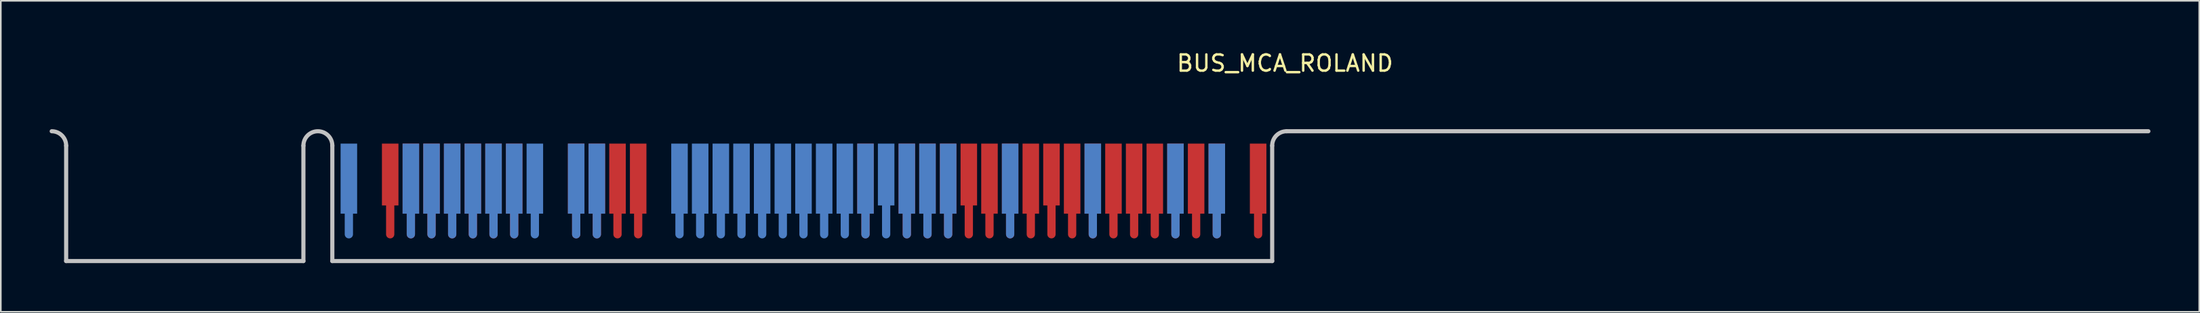
<source format=kicad_pcb>
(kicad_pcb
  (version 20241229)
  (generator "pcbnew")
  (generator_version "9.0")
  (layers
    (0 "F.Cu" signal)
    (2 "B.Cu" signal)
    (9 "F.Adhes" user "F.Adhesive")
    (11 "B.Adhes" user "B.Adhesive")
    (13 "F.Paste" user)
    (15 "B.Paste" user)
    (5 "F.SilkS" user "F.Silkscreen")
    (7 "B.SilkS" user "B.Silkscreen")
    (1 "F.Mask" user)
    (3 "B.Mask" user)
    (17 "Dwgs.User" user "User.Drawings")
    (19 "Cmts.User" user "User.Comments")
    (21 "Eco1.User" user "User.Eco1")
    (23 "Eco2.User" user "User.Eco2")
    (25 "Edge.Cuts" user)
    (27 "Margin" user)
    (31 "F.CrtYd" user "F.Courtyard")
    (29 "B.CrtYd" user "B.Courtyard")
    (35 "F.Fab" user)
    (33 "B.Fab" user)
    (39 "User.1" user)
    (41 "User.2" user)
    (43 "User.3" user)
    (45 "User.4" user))
  (footprint "BUS_MCA_ROLAND"
    (layer "F.Cu")
    (at 74.27 7.96)
    (property "Reference" "BUS_MCA_ROLAND" (at 1.651 -7.112 0) (layer "F.SilkS") (effects (font (size 1 1) (thickness 0.15))))
    (attr through_hole)
    (fp_line (start -53.34 0) (end -53.34 3.429) (stroke (width 0.508) (type solid)) (layer "F.Cu"))
    (fp_line (start -52.07 0) (end -52.07 3.429) (stroke (width 0.508) (type solid)) (layer "F.Cu"))
    (fp_line (start -50.8 0) (end -50.8 3.429) (stroke (width 0.508) (type solid)) (layer "F.Cu"))
    (fp_line (start -49.53 0) (end -49.53 3.429) (stroke (width 0.508) (type solid)) (layer "F.Cu"))
    (fp_line (start -48.26 0) (end -48.26 3.429) (stroke (width 0.508) (type solid)) (layer "F.Cu"))
    (fp_line (start -46.99 0) (end -46.99 3.429) (stroke (width 0.508) (type solid)) (layer "F.Cu"))
    (fp_line (start -45.72 0) (end -45.72 3.429) (stroke (width 0.508) (type solid)) (layer "F.Cu"))
    (fp_line (start -41.91 0) (end -41.91 3.429) (stroke (width 0.508) (type solid)) (layer "F.Cu"))
    (fp_line (start -40.64 0) (end -40.64 3.429) (stroke (width 0.508) (type solid)) (layer "F.Cu"))
    (fp_line (start -39.37 0) (end -39.37 3.429) (stroke (width 0.508) (type solid)) (layer "F.Cu"))
    (fp_line (start -38.1 0) (end -38.1 3.429) (stroke (width 0.508) (type solid)) (layer "F.Cu"))
    (fp_line (start -24.13 0) (end -24.13 3.429) (stroke (width 0.508) (type solid)) (layer "F.Cu"))
    (fp_line (start -21.59 0) (end -21.59 3.429) (stroke (width 0.508) (type solid)) (layer "F.Cu"))
    (fp_line (start -20.32 0) (end -20.32 3.429) (stroke (width 0.508) (type solid)) (layer "F.Cu"))
    (fp_line (start -19.05 0) (end -19.05 3.429) (stroke (width 0.508) (type solid)) (layer "F.Cu"))
    (fp_line (start -17.78 0) (end -17.78 3.429) (stroke (width 0.508) (type solid)) (layer "F.Cu"))
    (fp_line (start -16.51 0) (end -16.51 3.429) (stroke (width 0.508) (type solid)) (layer "F.Cu"))
    (fp_line (start -15.24 0) (end -15.24 3.429) (stroke (width 0.508) (type solid)) (layer "F.Cu"))
    (fp_line (start -13.97 0) (end -13.97 3.429) (stroke (width 0.508) (type solid)) (layer "F.Cu"))
    (fp_line (start -12.7 0) (end -12.7 3.429) (stroke (width 0.508) (type solid)) (layer "F.Cu"))
    (fp_line (start -11.43 0) (end -11.43 3.429) (stroke (width 0.508) (type solid)) (layer "F.Cu"))
    (fp_line (start -10.16 0) (end -10.16 3.429) (stroke (width 0.508) (type solid)) (layer "F.Cu"))
    (fp_line (start -8.89 0) (end -8.89 3.429) (stroke (width 0.508) (type solid)) (layer "F.Cu"))
    (fp_line (start -7.62 0) (end -7.62 3.429) (stroke (width 0.508) (type solid)) (layer "F.Cu"))
    (fp_line (start -6.35 0) (end -6.35 3.429) (stroke (width 0.508) (type solid)) (layer "F.Cu"))
    (fp_line (start -5.08 0) (end -5.08 3.429) (stroke (width 0.508) (type solid)) (layer "F.Cu"))
    (fp_line (start -3.81 0) (end -3.81 3.429) (stroke (width 0.508) (type solid)) (layer "F.Cu"))
    (fp_line (start -2.54 0) (end -2.54 3.429) (stroke (width 0.508) (type solid)) (layer "F.Cu"))
    (fp_line (start 0 0) (end 0 3.429) (stroke (width 0.508) (type solid)) (layer "F.Cu"))
    (fp_line (start -55.88 0) (end -55.88 3.429) (stroke (width 0.508) (type solid)) (layer "B.Cu"))
    (fp_line (start -52.07 0) (end -52.07 3.429) (stroke (width 0.508) (type solid)) (layer "B.Cu"))
    (fp_line (start -50.8 0) (end -50.8 3.429) (stroke (width 0.508) (type solid)) (layer "B.Cu"))
    (fp_line (start -49.53 0) (end -49.53 3.429) (stroke (width 0.508) (type solid)) (layer "B.Cu"))
    (fp_line (start -48.26 0) (end -48.26 3.429) (stroke (width 0.508) (type solid)) (layer "B.Cu"))
    (fp_line (start -46.99 0) (end -46.99 3.429) (stroke (width 0.508) (type solid)) (layer "B.Cu"))
    (fp_line (start -45.72 0) (end -45.72 3.429) (stroke (width 0.508) (type solid)) (layer "B.Cu"))
    (fp_line (start -44.45 0) (end -44.45 3.429) (stroke (width 0.508) (type solid)) (layer "B.Cu"))
    (fp_line (start -41.91 0) (end -41.91 3.429) (stroke (width 0.508) (type solid)) (layer "B.Cu"))
    (fp_line (start -40.64 0) (end -40.64 3.429) (stroke (width 0.508) (type solid)) (layer "B.Cu"))
    (fp_line (start -35.56 0) (end -35.56 3.429) (stroke (width 0.508) (type solid)) (layer "B.Cu"))
    (fp_line (start -34.29 0) (end -34.29 3.429) (stroke (width 0.508) (type solid)) (layer "B.Cu"))
    (fp_line (start -33.02 0) (end -33.02 3.429) (stroke (width 0.508) (type solid)) (layer "B.Cu"))
    (fp_line (start -31.75 0) (end -31.75 3.429) (stroke (width 0.508) (type solid)) (layer "B.Cu"))
    (fp_line (start -30.48 0) (end -30.48 3.429) (stroke (width 0.508) (type solid)) (layer "B.Cu"))
    (fp_line (start -29.21 0) (end -29.21 3.429) (stroke (width 0.508) (type solid)) (layer "B.Cu"))
    (fp_line (start -27.94 0) (end -27.94 3.429) (stroke (width 0.508) (type solid)) (layer "B.Cu"))
    (fp_line (start -26.67 0) (end -26.67 3.429) (stroke (width 0.508) (type solid)) (layer "B.Cu"))
    (fp_line (start -25.4 0) (end -25.4 3.429) (stroke (width 0.508) (type solid)) (layer "B.Cu"))
    (fp_line (start -24.13 0) (end -24.13 3.429) (stroke (width 0.508) (type solid)) (layer "B.Cu"))
    (fp_line (start -22.86 0) (end -22.86 3.429) (stroke (width 0.508) (type solid)) (layer "B.Cu"))
    (fp_line (start -21.59 0) (end -21.59 3.429) (stroke (width 0.508) (type solid)) (layer "B.Cu"))
    (fp_line (start -20.32 0) (end -20.32 3.429) (stroke (width 0.508) (type solid)) (layer "B.Cu"))
    (fp_line (start -19.05 0) (end -19.05 3.429) (stroke (width 0.508) (type solid)) (layer "B.Cu"))
    (fp_line (start -15.24 0) (end -15.24 3.429) (stroke (width 0.508) (type solid)) (layer "B.Cu"))
    (fp_line (start -10.16 0) (end -10.16 3.429) (stroke (width 0.508) (type solid)) (layer "B.Cu"))
    (fp_line (start -5.08 0) (end -5.08 3.429) (stroke (width 0.508) (type solid)) (layer "B.Cu"))
    (fp_line (start -2.54 0) (end -2.54 3.429) (stroke (width 0.508) (type solid)) (layer "B.Cu"))
    (fp_line (start -73.254 -2.032) (end -73.254 5.08) (stroke (width 0.254) (type solid)) (layer "Dwgs.User"))
    (fp_line (start -58.674 -2.032) (end -58.674 5.08) (stroke (width 0.254) (type solid)) (layer "Dwgs.User"))
    (fp_line (start -58.674 5.08) (end -73.254 5.08) (stroke (width 0.254) (type solid)) (layer "Dwgs.User"))
    (fp_line (start -56.896 -2.032) (end -56.896 5.08) (stroke (width 0.254) (type solid)) (layer "Dwgs.User"))
    (fp_line (start 0.864 -2.032) (end 0.864 5.08) (stroke (width 0.254) (type solid)) (layer "Dwgs.User"))
    (fp_line (start 0.864 5.08) (end -56.896 5.08) (stroke (width 0.254) (type solid)) (layer "Dwgs.User"))
    (fp_line (start 1.753 -2.921) (end 54.712 -2.921) (stroke (width 0.254) (type solid)) (layer "Dwgs.User"))
    (fp_arc (start -74.1426 -2.921) (mid -73.513982 -2.660618) (end -73.2536 -2.032) (stroke (width 0.254) (type solid)) (layer "Dwgs.User"))
    (fp_arc (start -58.674 -2.032) (mid -57.785 -2.921) (end -56.896 -2.032) (stroke (width 0.254) (type solid)) (layer "Dwgs.User"))
    (fp_arc (start 0.8636 -2.032) (mid 1.123434 -2.660069) (end 1.751048 -2.920999) (stroke (width 0.254) (type solid)) (layer "Dwgs.User"))
    (pad "A1" smd rect (at 0 0) (size 1.016 4.318) (layers "F.Cu" "F.Mask" "F.Paste"))
    (pad "A3" smd rect (at -2.54 0) (size 1.016 4.318) (layers "F.Cu" "F.Mask" "F.Paste"))
    (pad "A4" smd rect (at -3.81 0) (size 1.016 4.318) (layers "F.Cu" "F.Mask" "F.Paste"))
    (pad "A5" smd rect (at -5.08 0) (size 1.016 4.318) (layers "F.Cu" "F.Mask" "F.Paste"))
    (pad "A6" smd rect (at -6.35 0) (size 1.016 4.318) (layers "F.Cu" "F.Mask" "F.Paste"))
    (pad "A7" smd rect (at -7.62 0) (size 1.016 4.318) (layers "F.Cu" "F.Mask" "F.Paste"))
    (pad "A8" smd rect (at -8.89 0) (size 1.016 4.318) (layers "F.Cu" "F.Mask" "F.Paste"))
    (pad "A9" smd rect (at -10.16 0) (size 1.016 4.318) (layers "F.Cu" "F.Mask" "F.Paste"))
    (pad "A10" smd rect (at -11.43 0) (size 1.016 4.318) (layers "F.Cu" "F.Mask" "F.Paste"))
    (pad "A11" smd rect (at -12.7 -0.254) (size 1.016 3.81) (layers "F.Cu" "F.Mask" "F.Paste"))
    (pad "A12" smd rect (at -13.97 0) (size 1.016 4.318) (layers "F.Cu" "F.Mask" "F.Paste"))
    (pad "A13" smd rect (at -15.24 0) (size 1.016 4.318) (layers "F.Cu" "F.Mask" "F.Paste"))
    (pad "A14" smd rect (at -16.51 0) (size 1.016 4.318) (layers "F.Cu" "F.Mask" "F.Paste"))
    (pad "A15" smd rect (at -17.78 -0.254) (size 1.016 3.81) (layers "F.Cu" "F.Mask" "F.Paste"))
    (pad "A16" smd rect (at -19.05 0) (size 1.016 4.318) (layers "F.Cu" "F.Mask" "F.Paste"))
    (pad "A17" smd rect (at -20.32 0) (size 1.016 4.318) (layers "F.Cu" "F.Mask" "F.Paste"))
    (pad "A18" smd rect (at -21.59 0) (size 1.016 4.318) (layers "F.Cu" "F.Mask" "F.Paste"))
    (pad "A20" smd rect (at -24.13 0) (size 1.016 4.318) (layers "F.Cu" "F.Mask" "F.Paste"))
    (pad "A31" smd rect (at -38.1 0) (size 1.016 4.318) (layers "F.Cu" "F.Mask" "F.Paste"))
    (pad "A32" smd rect (at -39.37 0) (size 1.016 4.318) (layers "F.Cu" "F.Mask" "F.Paste"))
    (pad "A33" smd rect (at -40.64 0) (size 1.016 4.318) (layers "F.Cu" "F.Mask" "F.Paste"))
    (pad "A34" smd rect (at -41.91 0) (size 1.016 4.318) (layers "F.Cu" "F.Mask" "F.Paste"))
    (pad "A37" smd rect (at -45.72 0) (size 1.016 4.318) (layers "F.Cu" "F.Mask" "F.Paste"))
    (pad "A38" smd rect (at -46.99 0) (size 1.016 4.318) (layers "F.Cu" "F.Mask" "F.Paste"))
    (pad "A39" smd rect (at -48.26 0) (size 1.016 4.318) (layers "F.Cu" "F.Mask" "F.Paste"))
    (pad "A40" smd rect (at -49.53 0) (size 1.016 4.318) (layers "F.Cu" "F.Mask" "F.Paste"))
    (pad "A41" smd rect (at -50.8 0) (size 1.016 4.318) (layers "F.Cu" "F.Mask" "F.Paste"))
    (pad "A42" smd rect (at -52.07 0) (size 1.016 4.318) (layers "F.Cu" "F.Mask" "F.Paste"))
    (pad "A43" smd rect (at -53.34 -0.254) (size 1.016 3.81) (layers "F.Cu" "F.Mask" "F.Paste"))
    (pad "B3" smd rect (at -2.54 0) (size 1.016 4.318) (layers "B.Cu" "B.Mask" "B.Paste"))
    (pad "B5" smd rect (at -5.08 0) (size 1.016 4.318) (layers "B.Cu" "B.Mask" "B.Paste"))
    (pad "B9" smd rect (at -10.16 0) (size 1.016 4.318) (layers "B.Cu" "B.Mask" "B.Paste"))
    (pad "B13" smd rect (at -15.24 0) (size 1.016 4.318) (layers "B.Cu" "B.Mask" "B.Paste"))
    (pad "B16" smd rect (at -19.05 0) (size 1.016 4.318) (layers "B.Cu" "B.Mask" "B.Paste"))
    (pad "B17" smd rect (at -20.32 0) (size 1.016 4.318) (layers "B.Cu" "B.Mask" "B.Paste"))
    (pad "B18" smd rect (at -21.59 0) (size 1.016 4.318) (layers "B.Cu" "B.Mask" "B.Paste"))
    (pad "B19" smd rect (at -22.86 -0.254) (size 1.016 3.81) (layers "B.Cu" "B.Mask" "B.Paste"))
    (pad "B20" smd rect (at -24.13 0) (size 1.016 4.318) (layers "B.Cu" "B.Mask" "B.Paste"))
    (pad "B21" smd rect (at -25.4 0) (size 1.016 4.318) (layers "B.Cu" "B.Mask" "B.Paste"))
    (pad "B22" smd rect (at -26.67 0) (size 1.016 4.318) (layers "B.Cu" "B.Mask" "B.Paste"))
    (pad "B23" smd rect (at -27.94 0) (size 1.016 4.318) (layers "B.Cu" "B.Mask" "B.Paste"))
    (pad "B24" smd rect (at -29.21 0) (size 1.016 4.318) (layers "B.Cu" "B.Mask" "B.Paste"))
    (pad "B25" smd rect (at -30.48 0) (size 1.016 4.318) (layers "B.Cu" "B.Mask" "B.Paste"))
    (pad "B26" smd rect (at -31.75 0) (size 1.016 4.318) (layers "B.Cu" "B.Mask" "B.Paste"))
    (pad "B27" smd rect (at -33.02 0) (size 1.016 4.318) (layers "B.Cu" "B.Mask" "B.Paste"))
    (pad "B28" smd rect (at -34.29 0) (size 1.016 4.318) (layers "B.Cu" "B.Mask" "B.Paste"))
    (pad "B29" smd rect (at -35.56 0) (size 1.016 4.318) (layers "B.Cu" "B.Mask" "B.Paste"))
    (pad "B33" smd rect (at -40.64 0) (size 1.016 4.318) (layers "B.Cu" "B.Mask" "B.Paste"))
    (pad "B34" smd rect (at -41.91 0) (size 1.016 4.318) (layers "B.Cu" "B.Mask" "B.Paste"))
    (pad "B36" smd rect (at -44.45 0) (size 1.016 4.318) (layers "B.Cu" "B.Mask" "B.Paste"))
    (pad "B37" smd rect (at -45.72 0) (size 1.016 4.318) (layers "B.Cu" "B.Mask" "B.Paste"))
    (pad "B38" smd rect (at -46.99 0) (size 1.016 4.318) (layers "B.Cu" "B.Mask" "B.Paste"))
    (pad "B39" smd rect (at -48.26 0) (size 1.016 4.318) (layers "B.Cu" "B.Mask" "B.Paste"))
    (pad "B40" smd rect (at -49.53 0) (size 1.016 4.318) (layers "B.Cu" "B.Mask" "B.Paste"))
    (pad "B41" smd rect (at -50.8 0) (size 1.016 4.318) (layers "B.Cu" "B.Mask" "B.Paste"))
    (pad "B42" smd rect (at -52.07 0) (size 1.016 4.318) (layers "B.Cu" "B.Mask" "B.Paste"))
    (pad "B45" smd rect (at -55.88 0) (size 1.016 4.318) (layers "B.Cu" "B.Mask" "B.Paste")))
  (gr_rect
    (start -3 -3)
    (end 132.108 16.167)
    (stroke (width 0.1) (type default))
    (fill no)
    (layer "Edge.Cuts")))
</source>
